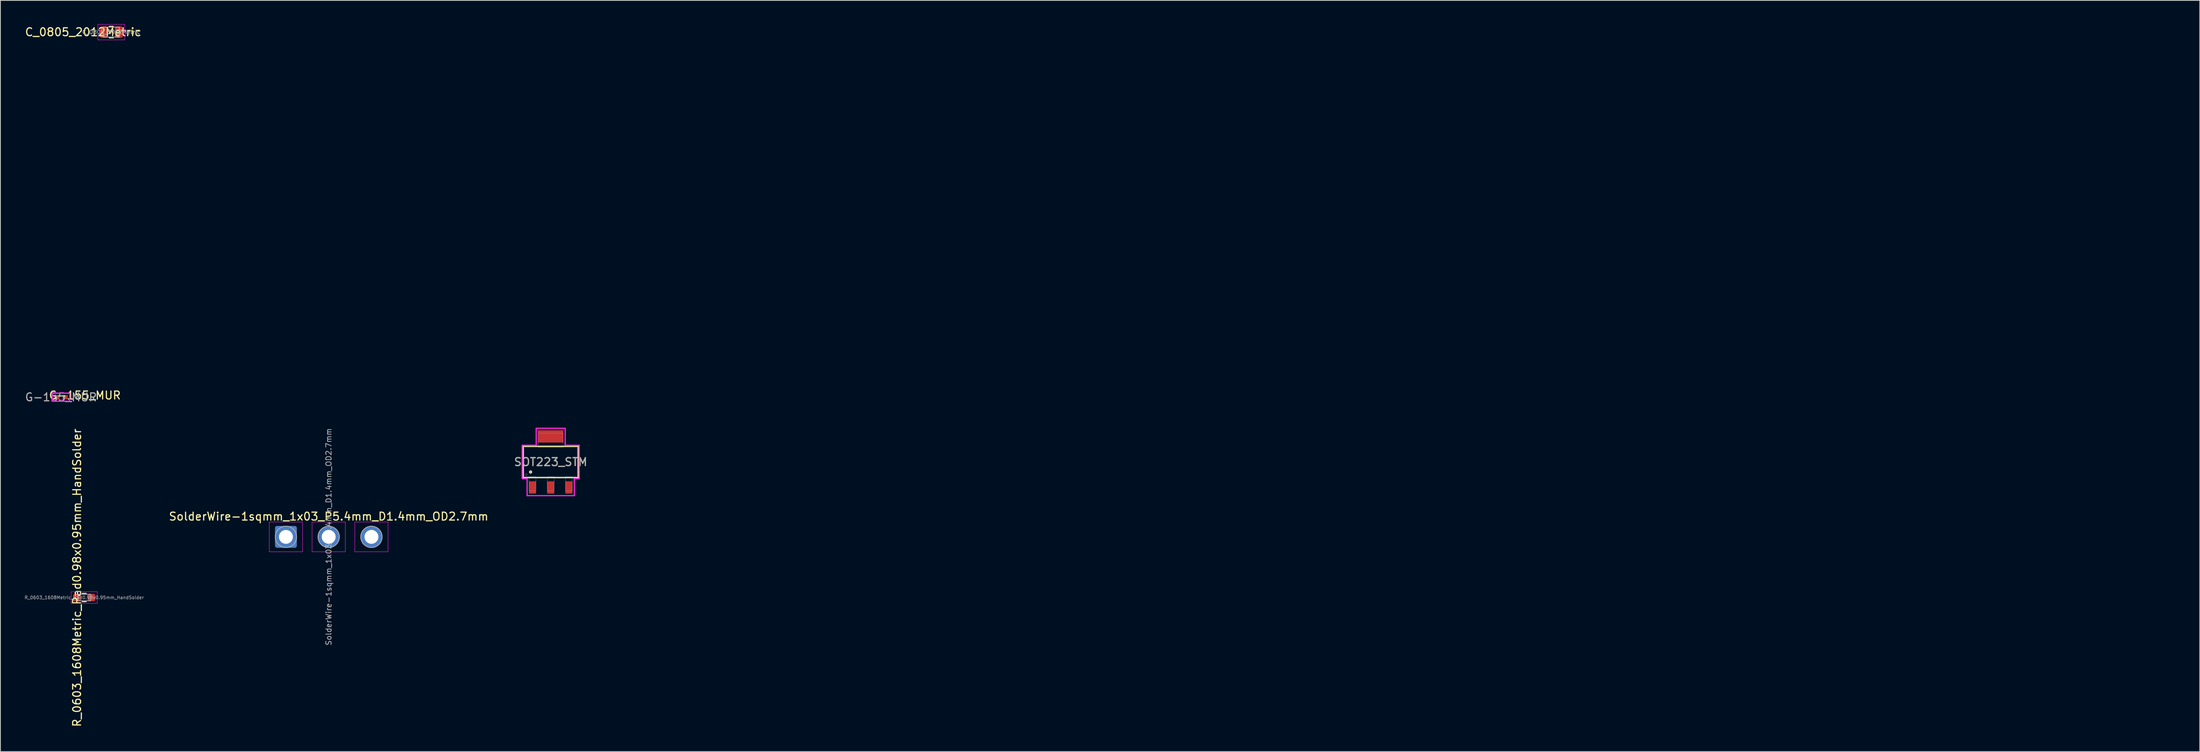
<source format=kicad_pcb>
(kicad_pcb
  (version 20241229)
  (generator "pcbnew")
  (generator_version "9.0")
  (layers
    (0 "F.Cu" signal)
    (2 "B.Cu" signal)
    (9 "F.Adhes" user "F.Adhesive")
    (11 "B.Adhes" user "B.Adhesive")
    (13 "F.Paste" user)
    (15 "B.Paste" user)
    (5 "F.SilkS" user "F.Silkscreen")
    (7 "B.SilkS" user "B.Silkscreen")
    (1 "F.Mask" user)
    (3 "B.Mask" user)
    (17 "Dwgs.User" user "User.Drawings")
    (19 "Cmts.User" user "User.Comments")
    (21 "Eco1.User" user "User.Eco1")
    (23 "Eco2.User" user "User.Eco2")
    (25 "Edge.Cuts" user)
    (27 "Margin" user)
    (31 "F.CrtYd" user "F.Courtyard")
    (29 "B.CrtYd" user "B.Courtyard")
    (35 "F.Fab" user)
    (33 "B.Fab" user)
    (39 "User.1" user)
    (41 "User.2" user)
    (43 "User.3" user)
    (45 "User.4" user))
  (footprint "C_0805_2012Metric"
    (layer "F.Cu")
    (at 11.008 1.005)
    (property "Reference" "C_0805_2012Metric" (at -3.55 0 180) (layer "F.SilkS") (effects (font (size 1 1) (thickness 0.15))))
    (attr smd)
    (fp_line (start -0.261 -0.735) (end 0.261 -0.735) (stroke (width 0.12) (type solid)) (layer "F.SilkS"))
    (fp_line (start -0.261 0.735) (end 0.261 0.735) (stroke (width 0.12) (type solid)) (layer "F.SilkS"))
    (fp_line (start -1.7 -0.98) (end 1.7 -0.98) (stroke (width 0.05) (type solid)) (layer "F.CrtYd"))
    (fp_line (start -1.7 0.98) (end -1.7 -0.98) (stroke (width 0.05) (type solid)) (layer "F.CrtYd"))
    (fp_line (start 1.7 -0.98) (end 1.7 0.98) (stroke (width 0.05) (type solid)) (layer "F.CrtYd"))
    (fp_line (start 1.7 0.98) (end -1.7 0.98) (stroke (width 0.05) (type solid)) (layer "F.CrtYd"))
    (fp_line (start -1 -0.625) (end 1 -0.625) (stroke (width 0.1) (type solid)) (layer "F.Fab"))
    (fp_line (start -1 0.625) (end -1 -0.625) (stroke (width 0.1) (type solid)) (layer "F.Fab"))
    (fp_line (start 1 -0.625) (end 1 0.625) (stroke (width 0.1) (type solid)) (layer "F.Fab"))
    (fp_line (start 1 0.625) (end -1 0.625) (stroke (width 0.1) (type solid)) (layer "F.Fab"))
    (fp_text user "${REFERENCE}" (at 0 0 180) (layer "F.Fab") (effects (font (size 0.5 0.5) (thickness 0.08))))
    (pad "1" smd roundrect (at -0.95 0) (size 1 1.45) (layers "F.Cu" "F.Mask" "F.Paste") (roundrect_rratio 0.25))
    (pad "2" smd roundrect (at 0.95 0) (size 1 1.45) (layers "F.Cu" "F.Mask" "F.Paste") (roundrect_rratio 0.25)))
  (footprint "SOT223_STM"
    (layer "F.Cu")
    (at 66.494 55.307)
    (property "Reference" "SOT223_STM" (at 0 0 0) (unlocked yes) (layer "F.SilkS") (effects (font (size 1 1) (thickness 0.15))))
    (attr smd)
    (fp_line (start -3.48 -1.981) (end -3.48 1.981) (stroke (width 0.152) (type solid)) (layer "F.SilkS"))
    (fp_line (start -3.48 1.981) (end 3.48 1.981) (stroke (width 0.152) (type solid)) (layer "F.SilkS"))
    (fp_line (start 3.48 -1.981) (end -3.48 -1.981) (stroke (width 0.152) (type solid)) (layer "F.SilkS"))
    (fp_line (start 3.48 1.981) (end 3.48 -1.981) (stroke (width 0.152) (type solid)) (layer "F.SilkS"))
    (fp_circle (center -2.54 1.27) (end -2.413 1.27) (stroke (width 0.152) (type solid)) (fill no) (layer "F.SilkS"))
    (fp_line (start -3.607 -2.108) (end -1.829 -2.108) (stroke (width 0.152) (type solid)) (layer "F.CrtYd"))
    (fp_line (start -3.607 2.108) (end -3.607 -2.108) (stroke (width 0.152) (type solid)) (layer "F.CrtYd"))
    (fp_line (start -2.979 2.108) (end -3.607 2.108) (stroke (width 0.152) (type solid)) (layer "F.CrtYd"))
    (fp_line (start -2.979 4.255) (end -2.979 2.108) (stroke (width 0.152) (type solid)) (layer "F.CrtYd"))
    (fp_line (start -1.829 -4.255) (end 1.829 -4.255) (stroke (width 0.152) (type solid)) (layer "F.CrtYd"))
    (fp_line (start -1.829 -2.108) (end -1.829 -4.255) (stroke (width 0.152) (type solid)) (layer "F.CrtYd"))
    (fp_line (start 1.829 -4.255) (end 1.829 -2.108) (stroke (width 0.152) (type solid)) (layer "F.CrtYd"))
    (fp_line (start 1.829 -2.108) (end 3.607 -2.108) (stroke (width 0.152) (type solid)) (layer "F.CrtYd"))
    (fp_line (start 2.979 2.108) (end 2.979 4.255) (stroke (width 0.152) (type solid)) (layer "F.CrtYd"))
    (fp_line (start 2.979 4.255) (end -2.979 4.255) (stroke (width 0.152) (type solid)) (layer "F.CrtYd"))
    (fp_line (start 3.607 -2.108) (end 3.607 2.108) (stroke (width 0.152) (type solid)) (layer "F.CrtYd"))
    (fp_line (start 3.607 2.108) (end 2.979 2.108) (stroke (width 0.152) (type solid)) (layer "F.CrtYd"))
    (fp_line (start -3.353 -1.854) (end -3.353 1.854) (stroke (width 0.025) (type solid)) (layer "F.Fab"))
    (fp_line (start -3.353 1.854) (end 3.353 1.854) (stroke (width 0.025) (type solid)) (layer "F.Fab"))
    (fp_line (start -2.725 1.854) (end -2.725 3.645) (stroke (width 0.025) (type solid)) (layer "F.Fab"))
    (fp_line (start -2.725 3.645) (end -1.875 3.645) (stroke (width 0.025) (type solid)) (layer "F.Fab"))
    (fp_line (start -1.875 1.854) (end -2.725 1.854) (stroke (width 0.025) (type solid)) (layer "F.Fab"))
    (fp_line (start -1.875 3.645) (end -1.875 1.854) (stroke (width 0.025) (type solid)) (layer "F.Fab"))
    (fp_line (start -1.575 -3.645) (end -1.575 -1.854) (stroke (width 0.025) (type solid)) (layer "F.Fab"))
    (fp_line (start -1.575 -1.854) (end 1.575 -1.854) (stroke (width 0.025) (type solid)) (layer "F.Fab"))
    (fp_line (start -0.425 1.854) (end -0.425 3.645) (stroke (width 0.025) (type solid)) (layer "F.Fab"))
    (fp_line (start -0.425 3.645) (end 0.425 3.645) (stroke (width 0.025) (type solid)) (layer "F.Fab"))
    (fp_line (start 0.425 1.854) (end -0.425 1.854) (stroke (width 0.025) (type solid)) (layer "F.Fab"))
    (fp_line (start 0.425 3.645) (end 0.425 1.854) (stroke (width 0.025) (type solid)) (layer "F.Fab"))
    (fp_line (start 1.575 -3.645) (end -1.575 -3.645) (stroke (width 0.025) (type solid)) (layer "F.Fab"))
    (fp_line (start 1.575 -1.854) (end 1.575 -3.645) (stroke (width 0.025) (type solid)) (layer "F.Fab"))
    (fp_line (start 1.875 1.854) (end 1.875 3.645) (stroke (width 0.025) (type solid)) (layer "F.Fab"))
    (fp_line (start 1.875 3.645) (end 2.725 3.645) (stroke (width 0.025) (type solid)) (layer "F.Fab"))
    (fp_line (start 2.725 1.854) (end 1.875 1.854) (stroke (width 0.025) (type solid)) (layer "F.Fab"))
    (fp_line (start 2.725 3.645) (end 2.725 1.854) (stroke (width 0.025) (type solid)) (layer "F.Fab"))
    (fp_line (start 3.353 -1.854) (end -3.353 -1.854) (stroke (width 0.025) (type solid)) (layer "F.Fab"))
    (fp_line (start 3.353 1.854) (end 3.353 -1.854) (stroke (width 0.025) (type solid)) (layer "F.Fab"))
    (fp_circle (center -3.099 1.6) (end -2.972 1.6) (stroke (width 0.025) (type solid)) (fill no) (layer "F.Fab"))
    (fp_text user "${REFERENCE}" (at 0 0 0) (unlocked yes) (layer "F.Fab") (effects (font (size 1 1) (thickness 0.15))))
    (pad "1" smd rect (at -2.3 3.226) (size 0.901 1.549) (layers "F.Cu" "F.Mask" "F.Paste"))
    (pad "2" smd rect (at 0 3.226) (size 0.901 1.549) (layers "F.Cu" "F.Mask" "F.Paste"))
    (pad "3" smd rect (at 2.3 3.226) (size 0.901 1.549) (layers "F.Cu" "F.Mask" "F.Paste"))
    (pad "4" smd rect (at 0 -3.226) (size 3.2 1.549) (layers "F.Cu" "F.Mask" "F.Paste")))
  (footprint "G-155_MUR"
    (layer "F.Cu")
    (at 4.649 47.128)
    (property "Reference" "G-155_MUR" (at 3.022 -0.233 0) (unlocked yes) (layer "F.SilkS") (effects (font (size 1 1) (thickness 0.15))))
    (attr smd)
    (fp_line (start -1.105 -0.508) (end 1.105 -0.508) (stroke (width 0.152) (type solid)) (layer "F.CrtYd"))
    (fp_line (start -1.105 0.508) (end -1.105 -0.508) (stroke (width 0.152) (type solid)) (layer "F.CrtYd"))
    (fp_line (start 1.105 -0.508) (end 1.105 0.508) (stroke (width 0.152) (type solid)) (layer "F.CrtYd"))
    (fp_line (start 1.105 0.508) (end -1.105 0.508) (stroke (width 0.152) (type solid)) (layer "F.CrtYd"))
    (fp_line (start -0.495 -0.254) (end -0.495 0.254) (stroke (width 0.025) (type solid)) (layer "F.Fab"))
    (fp_line (start -0.495 -0.254) (end -0.495 0.254) (stroke (width 0.025) (type solid)) (layer "F.Fab"))
    (fp_line (start -0.495 0.254) (end -0.241 0.254) (stroke (width 0.025) (type solid)) (layer "F.Fab"))
    (fp_line (start -0.495 0.254) (end 0.495 0.254) (stroke (width 0.025) (type solid)) (layer "F.Fab"))
    (fp_line (start -0.241 -0.254) (end -0.495 -0.254) (stroke (width 0.025) (type solid)) (layer "F.Fab"))
    (fp_line (start -0.241 0.254) (end -0.241 -0.254) (stroke (width 0.025) (type solid)) (layer "F.Fab"))
    (fp_line (start 0.241 -0.254) (end 0.241 0.254) (stroke (width 0.025) (type solid)) (layer "F.Fab"))
    (fp_line (start 0.241 0.254) (end 0.495 0.254) (stroke (width 0.025) (type solid)) (layer "F.Fab"))
    (fp_line (start 0.495 -0.254) (end -0.495 -0.254) (stroke (width 0.025) (type solid)) (layer "F.Fab"))
    (fp_line (start 0.495 -0.254) (end 0.241 -0.254) (stroke (width 0.025) (type solid)) (layer "F.Fab"))
    (fp_line (start 0.495 0.254) (end 0.495 -0.254) (stroke (width 0.025) (type solid)) (layer "F.Fab"))
    (fp_line (start 0.495 0.254) (end 0.495 -0.254) (stroke (width 0.025) (type solid)) (layer "F.Fab"))
    (fp_circle (center -0.419 0) (end -0.419 0) (stroke (width 0.025) (type solid)) (fill no) (layer "F.Fab"))
    (fp_text user "${REFERENCE}" (at 0 0 0) (unlocked yes) (layer "F.Fab") (effects (font (size 1 1) (thickness 0.15))))
    (pad "1" smd rect (at -0.546 0) (size 0.61 0.508) (layers "F.Cu" "F.Mask" "F.Paste"))
    (pad "2" smd rect (at 0.546 0) (size 0.61 0.508) (layers "F.Cu" "F.Mask" "F.Paste"))
    (zone (net_name "") (layer "F.Cu") (hatch full 0.508) (connect_pads) (min_thickness 0.254) (filled_areas_thickness no) (keepout (tracks not_allowed) (vias not_allowed) (pads allowed) (copperpour not_allowed) (footprints allowed)) (placement (enabled no)) (fill) (polygon (pts (xy 271.365 5.01) (xy 271.746 5.01) (xy 271.746 5.416) (xy 271.365 5.416)))))
  (footprint "SolderWire-1sqmm_1x03_P5.4mm_D1.4mm_OD2.7mm"
    (layer "F.Cu")
    (at 33.058 64.771)
    (property "Reference" "SolderWire-1sqmm_1x03_P5.4mm_D1.4mm_OD2.7mm" (at 5.4 -2.58 0) (layer "F.SilkS") (effects (font (size 1 1) (thickness 0.15))))
    (attr exclude_from_pos_files)
    (fp_line (start -2.1 -1.88) (end -2.1 1.88) (stroke (width 0.05) (type solid)) (layer "F.CrtYd"))
    (fp_line (start -2.1 1.88) (end 2.1 1.88) (stroke (width 0.05) (type solid)) (layer "F.CrtYd"))
    (fp_line (start 2.1 -1.88) (end -2.1 -1.88) (stroke (width 0.05) (type solid)) (layer "F.CrtYd"))
    (fp_line (start 2.1 1.88) (end 2.1 -1.88) (stroke (width 0.05) (type solid)) (layer "F.CrtYd"))
    (fp_line (start 3.3 -1.88) (end 3.3 1.88) (stroke (width 0.05) (type solid)) (layer "F.CrtYd"))
    (fp_line (start 3.3 1.88) (end 7.5 1.88) (stroke (width 0.05) (type solid)) (layer "F.CrtYd"))
    (fp_line (start 7.5 -1.88) (end 3.3 -1.88) (stroke (width 0.05) (type solid)) (layer "F.CrtYd"))
    (fp_line (start 7.5 1.88) (end 7.5 -1.88) (stroke (width 0.05) (type solid)) (layer "F.CrtYd"))
    (fp_line (start 8.7 -1.88) (end 8.7 1.88) (stroke (width 0.05) (type solid)) (layer "F.CrtYd"))
    (fp_line (start 8.7 1.88) (end 12.9 1.88) (stroke (width 0.05) (type solid)) (layer "F.CrtYd"))
    (fp_line (start 12.9 -1.88) (end 8.7 -1.88) (stroke (width 0.05) (type solid)) (layer "F.CrtYd"))
    (fp_line (start 12.9 1.88) (end 12.9 -1.88) (stroke (width 0.05) (type solid)) (layer "F.CrtYd"))
    (fp_circle (center 0 0) (end 1.35 0) (stroke (width 0.1) (type solid)) (fill no) (layer "F.Fab"))
    (fp_circle (center 5.4 0) (end 6.75 0) (stroke (width 0.1) (type solid)) (fill no) (layer "F.Fab"))
    (fp_circle (center 10.8 0) (end 12.15 0) (stroke (width 0.1) (type solid)) (fill no) (layer "F.Fab"))
    (fp_text user "${REFERENCE}" (at 5.4 0 270) (layer "F.Fab") (effects (font (size 0.68 0.68) (thickness 0.1))))
    (pad "1" thru_hole roundrect (at 0 0) (size 2.75 2.75) (drill 1.75) (layers "*.Cu" "*.Mask") (roundrect_rratio 0.091))
    (pad "2" thru_hole circle (at 5.4 0) (size 2.75 2.75) (drill 1.75) (layers "*.Cu" "*.Mask"))
    (pad "3" thru_hole circle (at 10.8 0) (size 2.75 2.75) (drill 1.75) (layers "*.Cu" "*.Mask")))
  (footprint "R_0603_1608Metric_Pad0.98x0.95mm_HandSolder"
    (layer "F.Cu")
    (at 7.583 72.434)
    (property "Reference" "R_0603_1608Metric_Pad0.98x0.95mm_HandSolder" (at -0.912 -2.5 90) (layer "F.SilkS") (effects (font (size 1 1) (thickness 0.15))))
    (attr smd)
    (fp_line (start -0.255 -0.522) (end 0.255 -0.522) (stroke (width 0.12) (type solid)) (layer "F.SilkS"))
    (fp_line (start -0.255 0.522) (end 0.255 0.522) (stroke (width 0.12) (type solid)) (layer "F.SilkS"))
    (fp_line (start -1.65 -0.73) (end 1.65 -0.73) (stroke (width 0.05) (type solid)) (layer "F.CrtYd"))
    (fp_line (start -1.65 0.73) (end -1.65 -0.73) (stroke (width 0.05) (type solid)) (layer "F.CrtYd"))
    (fp_line (start 1.65 -0.73) (end 1.65 0.73) (stroke (width 0.05) (type solid)) (layer "F.CrtYd"))
    (fp_line (start 1.65 0.73) (end -1.65 0.73) (stroke (width 0.05) (type solid)) (layer "F.CrtYd"))
    (fp_line (start -0.8 -0.412) (end 0.8 -0.412) (stroke (width 0.1) (type solid)) (layer "F.Fab"))
    (fp_line (start -0.8 0.412) (end -0.8 -0.412) (stroke (width 0.1) (type solid)) (layer "F.Fab"))
    (fp_line (start 0.8 -0.412) (end 0.8 0.412) (stroke (width 0.1) (type solid)) (layer "F.Fab"))
    (fp_line (start 0.8 0.412) (end -0.8 0.412) (stroke (width 0.1) (type solid)) (layer "F.Fab"))
    (fp_text user "${REFERENCE}" (at 0 0 180) (layer "F.Fab") (effects (font (size 0.4 0.4) (thickness 0.06))))
    (pad "1" smd roundrect (at -0.912 0) (size 0.975 0.95) (layers "F.Cu" "F.Mask" "F.Paste") (roundrect_rratio 0.25))
    (pad "2" smd roundrect (at 0.912 0) (size 0.975 0.95) (layers "F.Cu" "F.Mask" "F.Paste") (roundrect_rratio 0.25)))
  (gr_rect
    (start -3 -3)
    (end 274.746 91.893)
    (stroke (width 0.1) (type default))
    (fill no)
    (layer "Edge.Cuts")))
</source>
